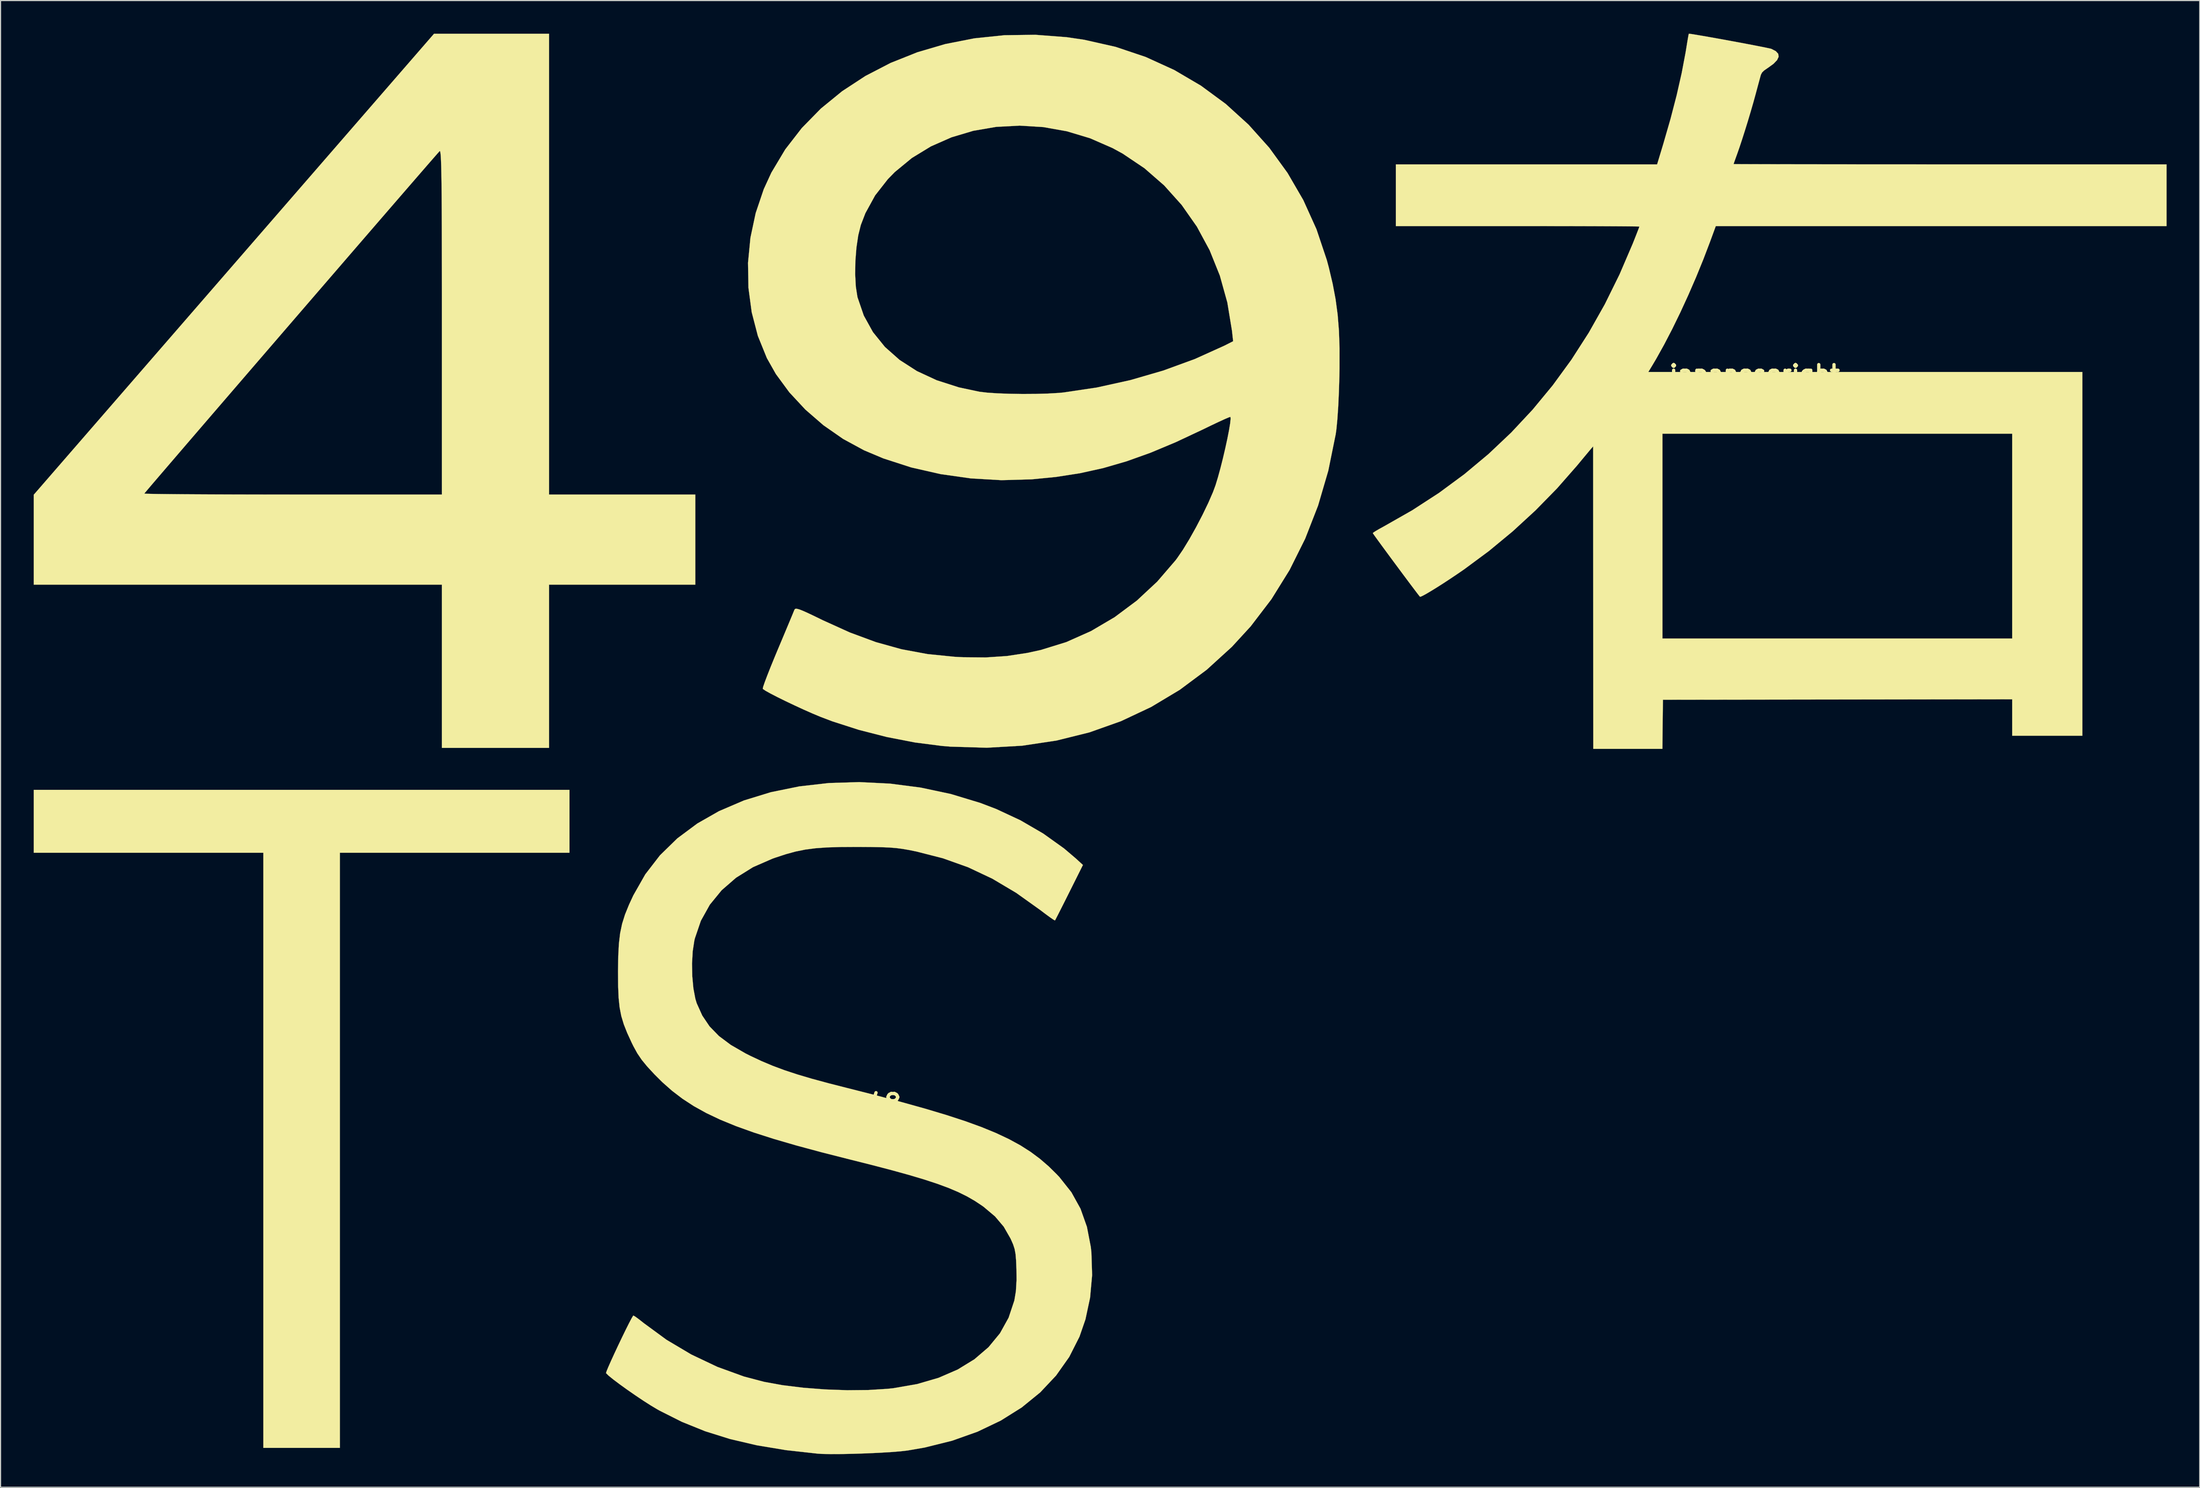
<source format=kicad_pcb>
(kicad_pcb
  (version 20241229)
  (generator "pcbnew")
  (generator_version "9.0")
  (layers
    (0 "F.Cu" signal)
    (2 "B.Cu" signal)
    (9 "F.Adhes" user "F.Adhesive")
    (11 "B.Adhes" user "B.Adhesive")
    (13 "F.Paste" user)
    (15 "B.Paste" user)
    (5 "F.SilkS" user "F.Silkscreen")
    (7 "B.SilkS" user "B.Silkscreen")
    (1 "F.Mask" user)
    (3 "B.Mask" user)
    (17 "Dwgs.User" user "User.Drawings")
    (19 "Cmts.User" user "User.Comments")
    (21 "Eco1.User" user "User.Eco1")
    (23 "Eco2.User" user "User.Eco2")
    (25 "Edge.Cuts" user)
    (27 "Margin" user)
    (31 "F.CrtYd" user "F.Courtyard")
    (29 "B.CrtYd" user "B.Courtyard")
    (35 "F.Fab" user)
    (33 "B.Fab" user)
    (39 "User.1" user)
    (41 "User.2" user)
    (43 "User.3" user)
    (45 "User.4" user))
  (footprint "japaneseright"
    (layer "F.Cu")
    (at 155.773 30.795)
    (property "Reference" "japaneseright" (at 0 0 0) (layer "F.SilkS") (effects (font (size 1.524 1.524) (thickness 0.3))))
    (attr through_hole)
    (fp_poly (pts (xy -5.861 -30.784) (xy -5.61 -30.748) (xy -5.227 -30.685) (xy -4.733 -30.601) (xy -4.152 -30.5) (xy -3.507 -30.385) (xy -2.819 -30.261) (xy -2.112 -30.131) (xy -1.408 -30.001) (xy -0.73 -29.873) (xy -0.1 -29.753) (xy 0.459 -29.644) (xy 0.924 -29.551) (xy 1.273 -29.478) (xy 1.484 -29.429) (xy 1.527 -29.415) (xy 1.92 -29.211) (xy 2.136 -28.974) (xy 2.173 -28.705) (xy 2.033 -28.405) (xy 1.715 -28.074) (xy 1.22 -27.712) (xy 1.17 -27.68) (xy 0.861 -27.466) (xy 0.674 -27.283) (xy 0.571 -27.088) (xy 0.552 -27.029) (xy 0.5 -26.84) (xy 0.414 -26.523) (xy 0.303 -26.113) (xy 0.177 -25.645) (xy 0.092 -25.327) (xy -0.119 -24.561) (xy -0.361 -23.725) (xy -0.62 -22.858) (xy -0.886 -22) (xy -1.145 -21.189) (xy -1.385 -20.466) (xy -1.583 -19.901) (xy -1.713 -19.543) (xy -1.817 -19.25) (xy -1.885 -19.055) (xy -1.905 -18.991) (xy -1.816 -18.989) (xy -1.553 -18.986) (xy -1.126 -18.984) (xy -0.542 -18.982) (xy 0.191 -18.98) (xy 1.063 -18.977) (xy 2.068 -18.976) (xy 3.196 -18.974) (xy 4.439 -18.972) (xy 5.789 -18.971) (xy 7.238 -18.969) (xy 8.778 -18.968) (xy 10.4 -18.967) (xy 12.096 -18.966) (xy 13.857 -18.966) (xy 15.677 -18.965) (xy 17.545 -18.965) (xy 17.689 -18.965) (xy 37.284 -18.965) (xy 37.284 -13.377) (xy -3.515 -13.377) (xy -4.035 -11.959) (xy -4.645 -10.358) (xy -5.306 -8.738) (xy -6.005 -7.128) (xy -6.727 -5.557) (xy -7.461 -4.053) (xy -8.193 -2.645) (xy -8.908 -1.36) (xy -9.25 -0.783) (xy -9.622 -0.169) (xy 29.664 -0.169) (xy 29.664 32.766) (xy 23.314 32.766) (xy 23.314 29.464) (xy 7.507 29.485) (xy -8.3 29.506) (xy -8.325 31.729) (xy -8.349 33.951) (xy -14.605 33.951) (xy -14.61 20.256) (xy -14.615 6.562) (xy -14.833 6.816) (xy -14.958 6.964) (xy -15.171 7.22) (xy -15.451 7.555) (xy -15.774 7.944) (xy -16.075 8.308) (xy -17.879 10.365) (xy -19.828 12.356) (xy -21.895 14.257) (xy -24.053 16.042) (xy -26.275 17.687) (xy -26.352 17.741) (xy -26.978 18.17) (xy -27.598 18.585) (xy -28.195 18.976) (xy -28.751 19.33) (xy -29.248 19.637) (xy -29.669 19.887) (xy -29.996 20.067) (xy -30.21 20.168) (xy -30.293 20.181) (xy -30.381 20.073) (xy -30.555 19.848) (xy -30.8 19.525) (xy -31.105 19.12) (xy -31.455 18.653) (xy -31.838 18.14) (xy -32.239 17.599) (xy -32.647 17.049) (xy -33.048 16.507) (xy -33.428 15.991) (xy -33.774 15.52) (xy -34.073 15.11) (xy -34.313 14.779) (xy -34.478 14.547) (xy -34.557 14.43) (xy -34.562 14.42) (xy -34.488 14.353) (xy -34.284 14.222) (xy -33.981 14.045) (xy -33.608 13.84) (xy -33.542 13.804) (xy -30.993 12.353) (xy -28.568 10.778) (xy -26.265 9.079) (xy -24.085 7.257) (xy -22.142 5.419) (xy -8.346 5.419) (xy -8.346 23.961) (xy 23.314 23.961) (xy 23.314 5.419) (xy -8.346 5.419) (xy -22.142 5.419) (xy -22.027 5.31) (xy -20.091 3.238) (xy -18.277 1.042) (xy -16.583 -1.281) (xy -15.011 -3.729) (xy -13.559 -6.303) (xy -12.227 -9.004) (xy -11.031 -11.791) (xy -10.844 -12.262) (xy -10.68 -12.678) (xy -10.551 -13.012) (xy -10.465 -13.239) (xy -10.432 -13.333) (xy -10.432 -13.334) (xy -10.521 -13.34) (xy -10.78 -13.345) (xy -11.199 -13.35) (xy -11.766 -13.355) (xy -12.47 -13.359) (xy -13.301 -13.363) (xy -14.247 -13.367) (xy -15.298 -13.37) (xy -16.441 -13.373) (xy -17.667 -13.375) (xy -18.964 -13.376) (xy -20.322 -13.377) (xy -21.454 -13.377) (xy -32.476 -13.377) (xy -32.476 -18.965) (xy -8.827 -18.965) (xy -8.27 -20.807) (xy -7.614 -23.079) (xy -7.059 -25.217) (xy -6.603 -27.229) (xy -6.245 -29.12) (xy -6.167 -29.603) (xy -6.099 -30.025) (xy -6.038 -30.382) (xy -5.991 -30.644) (xy -5.962 -30.779) (xy -5.957 -30.79) (xy -5.861 -30.784)) (stroke (width 0.01) (type solid)) (fill yes) (layer "F.SilkS")))
  (footprint "bio1"
    (layer "F.Cu")
    (at 73.742 33.102)
    (property "Reference" "bio1" (at 0 0 0) (layer "F.SilkS") (effects (font (size 1.524 1.524) (thickness 0.3))))
    (attr through_hole)
    (fp_poly (pts (xy -27.093 8.621) (xy -13.855 8.621) (xy -13.855 16.779) (xy -27.093 16.779) (xy -27.093 31.558) (xy -36.792 31.558) (xy -36.792 16.779) (xy -73.737 16.779) (xy -73.737 8.639) (xy -73.647 8.535) (xy -63.731 8.535) (xy -63.581 8.548) (xy -63.145 8.56) (xy -62.445 8.572) (xy -61.503 8.582) (xy -60.341 8.592) (xy -58.982 8.6) (xy -57.447 8.607) (xy -55.759 8.613) (xy -53.939 8.617) (xy -52.009 8.62) (xy -50.261 8.621) (xy -36.792 8.621) (xy -36.792 -7.037) (xy -36.792 -9.62) (xy -36.794 -11.91) (xy -36.797 -13.925) (xy -36.801 -15.68) (xy -36.808 -17.192) (xy -36.816 -18.476) (xy -36.827 -19.548) (xy -36.84 -20.425) (xy -36.856 -21.122) (xy -36.875 -21.656) (xy -36.897 -22.043) (xy -36.922 -22.298) (xy -36.951 -22.438) (xy -36.984 -22.479) (xy -37 -22.47) (xy -37.187 -22.259) (xy -37.555 -21.839) (xy -38.089 -21.226) (xy -38.775 -20.435) (xy -39.598 -19.485) (xy -40.545 -18.391) (xy -41.601 -17.171) (xy -42.752 -15.839) (xy -43.983 -14.414) (xy -45.281 -12.911) (xy -46.63 -11.347) (xy -48.018 -9.739) (xy -49.429 -8.103) (xy -50.849 -6.456) (xy -52.264 -4.814) (xy -53.661 -3.194) (xy -55.023 -1.612) (xy -56.338 -0.085) (xy -57.591 1.37) (xy -58.768 2.738) (xy -59.854 4.001) (xy -60.835 5.144) (xy -61.698 6.149) (xy -62.427 6.999) (xy -63.009 7.679) (xy -63.428 8.172) (xy -63.672 8.462) (xy -63.731 8.535) (xy -73.647 8.535) (xy -55.621 -12.229) (xy -37.505 -33.097) (xy -27.093 -33.097) (xy -27.093 8.621)) (stroke (width 0.01) (type solid)) (fill yes) (layer "F.SilkS"))
    (fp_poly (pts (xy 19.755 -32.786) (xy 21.343 -32.552) (xy 24.192 -31.909) (xy 26.912 -30.994) (xy 29.49 -29.818) (xy 31.911 -28.396) (xy 34.161 -26.74) (xy 36.227 -24.863) (xy 38.095 -22.777) (xy 39.75 -20.497) (xy 41.18 -18.034) (xy 42.37 -15.401) (xy 43.306 -12.612) (xy 43.489 -11.93) (xy 43.836 -10.461) (xy 44.1 -9.064) (xy 44.287 -7.669) (xy 44.404 -6.207) (xy 44.459 -4.607) (xy 44.457 -2.797) (xy 44.444 -2.088) (xy 44.4 -0.651) (xy 44.339 0.667) (xy 44.261 1.811) (xy 44.172 2.732) (xy 44.113 3.156) (xy 43.441 6.462) (xy 42.516 9.622) (xy 41.346 12.623) (xy 39.936 15.453) (xy 38.292 18.099) (xy 36.42 20.549) (xy 34.716 22.407) (xy 32.434 24.485) (xy 29.994 26.302) (xy 27.404 27.855) (xy 24.674 29.14) (xy 21.813 30.155) (xy 18.829 30.896) (xy 15.733 31.36) (xy 12.532 31.544) (xy 9.237 31.445) (xy 8.467 31.382) (xy 6.02 31.067) (xy 3.478 30.573) (xy 0.952 29.927) (xy -1.445 29.156) (xy -2.543 28.739) (xy -3.255 28.441) (xy -4.051 28.089) (xy -4.879 27.707) (xy -5.69 27.321) (xy -6.432 26.955) (xy -7.054 26.634) (xy -7.506 26.382) (xy -7.736 26.224) (xy -7.751 26.206) (xy -7.716 26.034) (xy -7.575 25.62) (xy -7.343 25.005) (xy -7.037 24.229) (xy -6.671 23.333) (xy -6.407 22.699) (xy -6.001 21.735) (xy -5.633 20.856) (xy -5.318 20.104) (xy -5.076 19.523) (xy -4.925 19.155) (xy -4.884 19.054) (xy -4.818 18.972) (xy -4.676 18.959) (xy -4.422 19.027) (xy -4.017 19.19) (xy -3.424 19.462) (xy -2.605 19.858) (xy -2.326 19.995) (xy 0.132 21.109) (xy 2.489 21.981) (xy 4.81 22.627) (xy 7.16 23.064) (xy 9.603 23.31) (xy 10.391 23.35) (xy 12.446 23.368) (xy 14.343 23.242) (xy 16.199 22.96) (xy 17.417 22.694) (xy 19.722 21.981) (xy 21.96 20.984) (xy 24.1 19.724) (xy 26.109 18.225) (xy 27.953 16.507) (xy 29.601 14.593) (xy 29.752 14.393) (xy 30.276 13.629) (xy 30.862 12.667) (xy 31.469 11.585) (xy 32.055 10.461) (xy 32.58 9.374) (xy 33.003 8.401) (xy 33.236 7.77) (xy 33.454 7.053) (xy 33.682 6.221) (xy 33.907 5.328) (xy 34.118 4.425) (xy 34.305 3.565) (xy 34.455 2.798) (xy 34.558 2.178) (xy 34.602 1.756) (xy 34.582 1.587) (xy 34.433 1.634) (xy 34.053 1.797) (xy 33.488 2.056) (xy 32.783 2.39) (xy 32.076 2.734) (xy 29.625 3.884) (xy 27.343 4.839) (xy 25.173 5.615) (xy 23.062 6.228) (xy 20.952 6.694) (xy 18.79 7.029) (xy 16.587 7.245) (xy 13.849 7.321) (xy 11.081 7.16) (xy 8.341 6.771) (xy 5.684 6.166) (xy 3.17 5.352) (xy 1.418 4.615) (xy -0.474 3.588) (xy -2.26 2.345) (xy -3.897 0.925) (xy -5.345 -0.633) (xy -6.563 -2.29) (xy -7.378 -3.732) (xy -8.194 -5.743) (xy -8.749 -7.878) (xy -9.046 -10.097) (xy -9.066 -11.313) (xy 0.615 -11.313) (xy 0.674 -10.201) (xy 0.818 -9.282) (xy 0.831 -9.227) (xy 1.396 -7.58) (xy 2.225 -6.083) (xy 3.309 -4.741) (xy 4.639 -3.563) (xy 6.204 -2.556) (xy 7.997 -1.726) (xy 10.006 -1.081) (xy 11.853 -0.688) (xy 12.559 -0.604) (xy 13.497 -0.541) (xy 14.592 -0.501) (xy 15.768 -0.483) (xy 16.952 -0.49) (xy 18.066 -0.522) (xy 19.038 -0.578) (xy 19.473 -0.619) (xy 22.489 -1.069) (xy 25.525 -1.739) (xy 28.505 -2.605) (xy 31.358 -3.647) (xy 34.008 -4.844) (xy 34.078 -4.879) (xy 34.827 -5.258) (xy 34.723 -6.208) (xy 34.302 -8.765) (xy 33.624 -11.201) (xy 32.7 -13.497) (xy 31.544 -15.636) (xy 30.167 -17.599) (xy 28.581 -19.367) (xy 26.798 -20.921) (xy 24.83 -22.244) (xy 23.918 -22.743) (xy 21.882 -23.633) (xy 19.78 -24.266) (xy 17.642 -24.647) (xy 15.499 -24.778) (xy 13.381 -24.665) (xy 11.317 -24.312) (xy 9.337 -23.722) (xy 7.472 -22.9) (xy 5.75 -21.85) (xy 4.203 -20.576) (xy 3.58 -19.94) (xy 2.422 -18.461) (xy 1.539 -16.851) (xy 1.126 -15.779) (xy 0.895 -14.851) (xy 0.729 -13.733) (xy 0.634 -12.522) (xy 0.615 -11.313) (xy -9.066 -11.313) (xy -9.084 -12.361) (xy -8.865 -14.63) (xy -8.39 -16.864) (xy -7.66 -19.025) (xy -6.971 -20.523) (xy -5.714 -22.627) (xy -4.213 -24.563) (xy -2.49 -26.322) (xy -0.564 -27.895) (xy 1.545 -29.275) (xy 3.817 -30.452) (xy 6.233 -31.418) (xy 8.771 -32.164) (xy 11.413 -32.683) (xy 14.137 -32.965) (xy 16.925 -33.002) (xy 19.755 -32.786)) (stroke (width 0.01) (type solid)) (fill yes) (layer "F.SilkS")))
  (footprint "nun48"
    (layer "F.Cu")
    (at 74.973 96.784)
    (property "Reference" "nun48" (at 0 0 0) (layer "F.SilkS") (effects (font (size 1.524 1.524) (thickness 0.3))))
    (attr through_hole)
    (fp_poly (pts (xy -26.478 -22.629) (xy -47.259 -22.629) (xy -47.259 31.25) (xy -54.187 31.25) (xy -54.187 -22.629) (xy -74.968 -22.629) (xy -74.968 -28.325) (xy -26.478 -28.325) (xy -26.478 -22.629)) (stroke (width 0.01) (type solid)) (fill yes) (layer "F.SilkS"))
    (fp_poly (pts (xy 2.533 -28.89) (xy 5.308 -28.531) (xy 8.041 -27.95) (xy 10.695 -27.146) (xy 12.137 -26.597) (xy 14.333 -25.574) (xy 16.405 -24.369) (xy 18.287 -23.024) (xy 19.352 -22.118) (xy 20 -21.524) (xy 18.757 -19.036) (xy 18.358 -18.238) (xy 18.006 -17.541) (xy 17.726 -16.989) (xy 17.54 -16.627) (xy 17.47 -16.5) (xy 17.339 -16.568) (xy 17.017 -16.788) (xy 16.557 -17.126) (xy 16.141 -17.442) (xy 13.961 -18.998) (xy 11.801 -20.281) (xy 9.607 -21.316) (xy 7.324 -22.13) (xy 4.942 -22.739) (xy 4.269 -22.876) (xy 3.68 -22.979) (xy 3.111 -23.053) (xy 2.499 -23.103) (xy 1.781 -23.133) (xy 0.894 -23.15) (xy -0.227 -23.157) (xy -0.462 -23.158) (xy -1.933 -23.15) (xy -3.161 -23.113) (xy -4.207 -23.038) (xy -5.136 -22.917) (xy -6.011 -22.74) (xy -6.894 -22.498) (xy -7.849 -22.184) (xy -8.106 -22.093) (xy -9.859 -21.328) (xy -11.397 -20.37) (xy -12.705 -19.233) (xy -13.771 -17.929) (xy -14.583 -16.471) (xy -15.127 -14.874) (xy -15.174 -14.675) (xy -15.322 -13.707) (xy -15.383 -12.599) (xy -15.361 -11.449) (xy -15.26 -10.354) (xy -15.082 -9.411) (xy -14.959 -9.005) (xy -14.456 -7.89) (xy -13.798 -6.913) (xy -12.95 -6.039) (xy -11.875 -5.234) (xy -10.539 -4.462) (xy -10.083 -4.232) (xy -9.09 -3.767) (xy -8.09 -3.345) (xy -7.033 -2.951) (xy -5.869 -2.566) (xy -4.546 -2.174) (xy -3.014 -1.759) (xy -1.462 -1.363) (xy 1.214 -0.684) (xy 3.609 -0.051) (xy 5.745 0.545) (xy 7.643 1.114) (xy 9.326 1.663) (xy 10.814 2.203) (xy 12.13 2.743) (xy 13.296 3.292) (xy 14.334 3.858) (xy 15.264 4.451) (xy 16.11 5.081) (xy 16.892 5.755) (xy 17.632 6.484) (xy 17.874 6.741) (xy 18.955 8.105) (xy 19.78 9.594) (xy 20.362 11.237) (xy 20.714 13.064) (xy 20.768 13.558) (xy 20.832 15.607) (xy 20.648 17.652) (xy 20.228 19.618) (xy 19.687 21.185) (xy 18.76 23.016) (xy 17.571 24.699) (xy 16.134 26.226) (xy 14.46 27.589) (xy 12.564 28.778) (xy 10.457 29.785) (xy 8.154 30.603) (xy 5.666 31.221) (xy 4.122 31.488) (xy 3.45 31.565) (xy 2.553 31.635) (xy 1.5 31.697) (xy 0.361 31.748) (xy -0.793 31.786) (xy -1.893 31.808) (xy -2.869 31.812) (xy -3.651 31.795) (xy -4.002 31.773) (xy -6.887 31.453) (xy -9.522 31.015) (xy -11.944 30.448) (xy -14.194 29.743) (xy -16.308 28.889) (xy -18.325 27.874) (xy -18.531 27.758) (xy -19.109 27.413) (xy -19.79 26.978) (xy -20.521 26.488) (xy -21.252 25.98) (xy -21.933 25.49) (xy -22.512 25.054) (xy -22.937 24.709) (xy -23.159 24.49) (xy -23.167 24.478) (xy -23.122 24.317) (xy -22.965 23.935) (xy -22.721 23.384) (xy -22.416 22.717) (xy -22.075 21.988) (xy -21.723 21.251) (xy -21.386 20.558) (xy -21.088 19.964) (xy -20.855 19.521) (xy -20.713 19.283) (xy -20.701 19.268) (xy -20.569 19.334) (xy -20.262 19.552) (xy -19.842 19.88) (xy -19.756 19.95) (xy -17.691 21.464) (xy -15.448 22.796) (xy -13.093 23.914) (xy -10.69 24.787) (xy -8.864 25.269) (xy -7.187 25.574) (xy -5.314 25.804) (xy -3.336 25.957) (xy -1.345 26.028) (xy 0.567 26.011) (xy 2.31 25.903) (xy 2.848 25.845) (xy 4.99 25.472) (xy 6.933 24.906) (xy 8.665 24.155) (xy 10.176 23.228) (xy 11.455 22.132) (xy 12.491 20.874) (xy 13.273 19.463) (xy 13.791 17.907) (xy 13.794 17.894) (xy 13.933 17.061) (xy 13.991 16.063) (xy 13.982 15.086) (xy 13.95 14.283) (xy 13.9 13.699) (xy 13.816 13.242) (xy 13.679 12.823) (xy 13.472 12.352) (xy 13.446 12.296) (xy 12.831 11.224) (xy 12.043 10.294) (xy 11.02 9.432) (xy 10.861 9.318) (xy 10.208 8.884) (xy 9.504 8.479) (xy 8.72 8.092) (xy 7.829 7.713) (xy 6.801 7.334) (xy 5.609 6.943) (xy 4.224 6.531) (xy 2.617 6.088) (xy 0.761 5.604) (xy -1.039 5.152) (xy -3.622 4.496) (xy -5.924 3.876) (xy -7.971 3.28) (xy -9.787 2.699) (xy -11.396 2.122) (xy -12.822 1.538) (xy -14.091 0.936) (xy -15.225 0.307) (xy -16.25 -0.362) (xy -17.19 -1.079) (xy -18.07 -1.857) (xy -18.78 -2.564) (xy -19.444 -3.282) (xy -19.94 -3.888) (xy -20.335 -4.471) (xy -20.693 -5.123) (xy -20.844 -5.431) (xy -21.252 -6.319) (xy -21.561 -7.101) (xy -21.785 -7.845) (xy -21.936 -8.62) (xy -22.027 -9.492) (xy -22.071 -10.53) (xy -22.081 -11.801) (xy -22.081 -11.93) (xy -22.061 -13.279) (xy -22.003 -14.393) (xy -21.891 -15.342) (xy -21.712 -16.199) (xy -21.45 -17.035) (xy -21.091 -17.921) (xy -20.696 -18.773) (xy -19.613 -20.678) (xy -18.288 -22.396) (xy -16.717 -23.93) (xy -14.901 -25.281) (xy -12.942 -26.398) (xy -10.686 -27.365) (xy -8.252 -28.112) (xy -5.677 -28.638) (xy -2.996 -28.943) (xy -0.247 -29.027) (xy 2.533 -28.89)) (stroke (width 0.01) (type solid)) (fill yes) (layer "F.SilkS")))
  (gr_rect
    (start -3 -3)
    (end 196.061 131.6)
    (stroke (width 0.1) (type default))
    (fill no)
    (layer "Edge.Cuts")))
</source>
